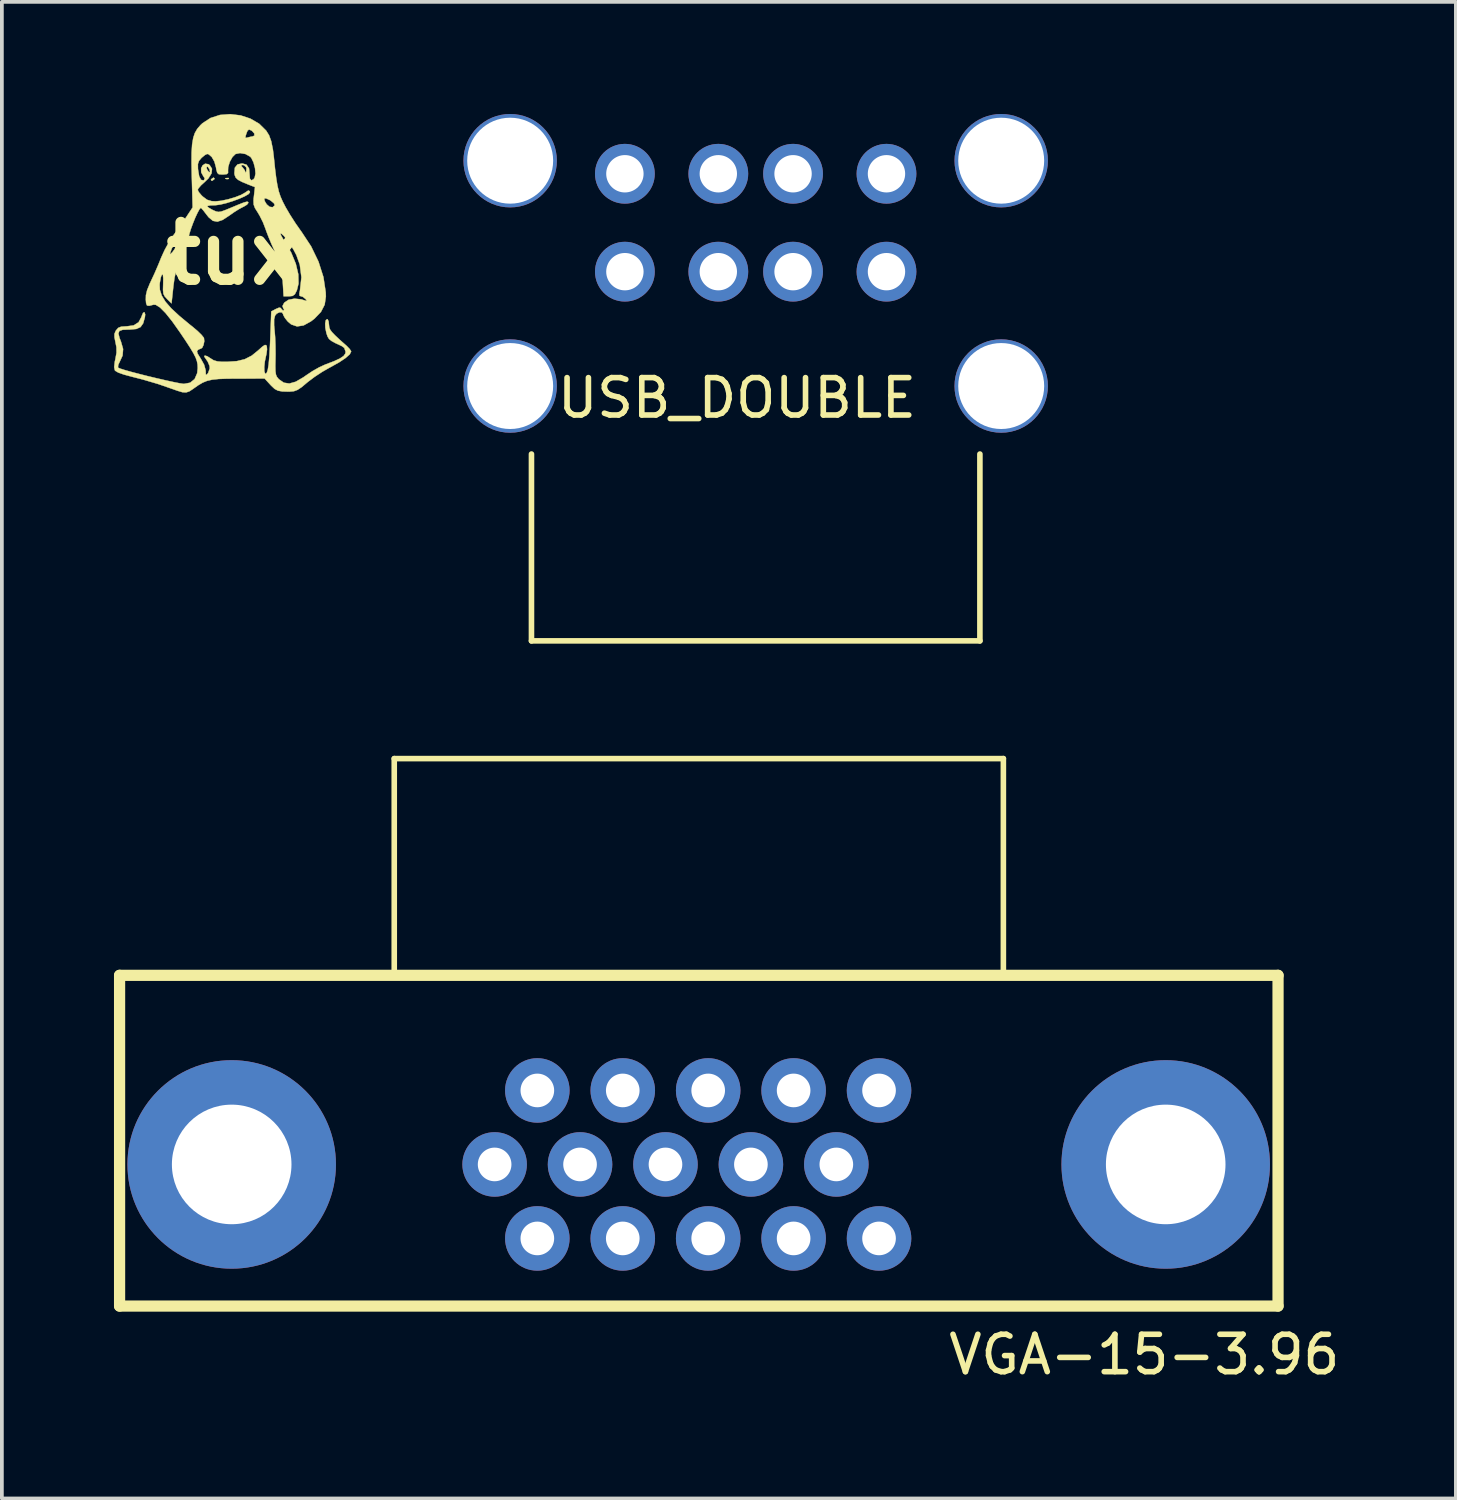
<source format=kicad_pcb>
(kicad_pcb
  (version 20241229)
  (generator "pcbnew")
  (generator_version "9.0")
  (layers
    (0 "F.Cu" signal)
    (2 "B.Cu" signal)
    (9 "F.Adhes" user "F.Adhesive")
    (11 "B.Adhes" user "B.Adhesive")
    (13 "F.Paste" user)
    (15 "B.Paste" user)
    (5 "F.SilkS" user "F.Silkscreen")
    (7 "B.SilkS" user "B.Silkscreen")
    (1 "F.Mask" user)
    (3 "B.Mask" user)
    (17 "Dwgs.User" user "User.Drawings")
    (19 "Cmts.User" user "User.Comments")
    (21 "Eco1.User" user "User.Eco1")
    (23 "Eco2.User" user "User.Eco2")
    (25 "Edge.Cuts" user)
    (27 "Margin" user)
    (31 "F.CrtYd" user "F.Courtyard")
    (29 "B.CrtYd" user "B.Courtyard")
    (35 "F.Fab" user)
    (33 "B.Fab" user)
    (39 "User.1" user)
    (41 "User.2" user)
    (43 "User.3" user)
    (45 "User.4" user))
  (footprint "USB_DOUBLE"
    (layer "F.Cu")
    (at 17.172 1.6)
    (property "Reference" "USB_DOUBLE" (at -0.5 6 0) (layer "F.SilkS") (effects (font (size 1 1) (thickness 0.15))))
    (attr through_hole)
    (fp_line (start -6 7.5) (end -6 12.5) (stroke (width 0.15) (type solid)) (layer "F.SilkS"))
    (fp_line (start -6 12.5) (end 6 12.5) (stroke (width 0.15) (type solid)) (layer "F.SilkS"))
    (fp_line (start 6 12.5) (end 6 7.5) (stroke (width 0.15) (type solid)) (layer "F.SilkS"))
    (pad "1" thru_hole circle (at -3.5 0) (size 1.6 1.6) (drill 1) (layers "*.Cu" "*.Mask"))
    (pad "2" thru_hole circle (at -1 0) (size 1.6 1.6) (drill 1) (layers "*.Cu" "*.Mask"))
    (pad "3" thru_hole circle (at 1 0) (size 1.6 1.6) (drill 1) (layers "*.Cu" "*.Mask"))
    (pad "4" thru_hole circle (at 3.5 0) (size 1.6 1.6) (drill 1) (layers "*.Cu" "*.Mask"))
    (pad "5" thru_hole circle (at -3.5 2.62) (size 1.6 1.6) (drill 1) (layers "*.Cu" "*.Mask"))
    (pad "6" thru_hole circle (at -1 2.62) (size 1.6 1.6) (drill 1) (layers "*.Cu" "*.Mask"))
    (pad "7" thru_hole circle (at 1 2.62) (size 1.6 1.6) (drill 1) (layers "*.Cu" "*.Mask"))
    (pad "8" thru_hole circle (at 3.5 2.62) (size 1.6 1.6) (drill 1) (layers "*.Cu" "*.Mask"))
    (pad "9" thru_hole circle (at -6.57 -0.35) (size 2.5 2.5) (drill 2.3) (layers "*.Cu" "*.Mask"))
    (pad "9" thru_hole circle (at -6.57 5.68) (size 2.5 2.5) (drill 2.3) (layers "*.Cu" "*.Mask"))
    (pad "9" thru_hole circle (at 6.57 -0.35) (size 2.5 2.5) (drill 2.3) (layers "*.Cu" "*.Mask"))
    (pad "9" thru_hole circle (at 6.57 5.68) (size 2.5 2.5) (drill 2.3) (layers "*.Cu" "*.Mask")))
  (footprint "tux"
    (layer "F.Cu")
    (at 3.172 3.736)
    (property "Reference" "tux" (at 0 0 0) (layer "F.SilkS") (effects (font (size 1.524 1.524) (thickness 0.3))))
    (attr through_hole)
    (fp_poly (pts (xy -0.096 -2.015) (xy -0.109 -1.996) (xy -0.152 -1.993) (xy -0.197 -2.003) (xy -0.177 -2.019) (xy -0.111 -2.024) (xy -0.096 -2.015)) (stroke (width 0.01) (type solid)) (fill yes) (layer "F.SilkS"))
    (fp_poly (pts (xy -0.48 -2.006) (xy -0.487 -1.99) (xy -0.543 -1.949) (xy -0.555 -1.947) (xy -0.578 -1.973) (xy -0.572 -1.99) (xy -0.515 -2.03) (xy -0.503 -2.032) (xy -0.48 -2.006)) (stroke (width 0.01) (type solid)) (fill yes) (layer "F.SilkS"))
    (fp_poly (pts (xy 0.216 -3.698) (xy 0.48 -3.611) (xy 0.713 -3.475) (xy 0.899 -3.292) (xy 0.978 -3.166) (xy 1.035 -3.009) (xy 1.081 -2.783) (xy 1.105 -2.589) (xy 1.138 -2.27) (xy 1.169 -2.021) (xy 1.201 -1.824) (xy 1.238 -1.664) (xy 1.284 -1.526) (xy 1.343 -1.392) (xy 1.417 -1.249) (xy 1.421 -1.241) (xy 1.542 -1.035) (xy 1.687 -0.809) (xy 1.827 -0.609) (xy 1.845 -0.585) (xy 2.103 -0.194) (xy 2.301 0.216) (xy 2.433 0.63) (xy 2.494 1.033) (xy 2.498 1.149) (xy 2.466 1.367) (xy 2.366 1.561) (xy 2.192 1.742) (xy 2.098 1.814) (xy 1.902 1.922) (xy 1.727 1.949) (xy 1.57 1.895) (xy 1.477 1.816) (xy 1.401 1.721) (xy 1.358 1.642) (xy 1.355 1.625) (xy 1.326 1.575) (xy 1.258 1.57) (xy 1.183 1.606) (xy 1.139 1.659) (xy 1.113 1.758) (xy 1.113 1.918) (xy 1.125 2.05) (xy 1.14 2.227) (xy 1.149 2.451) (xy 1.152 2.688) (xy 1.15 2.805) (xy 1.146 3.007) (xy 1.149 3.144) (xy 1.161 3.233) (xy 1.185 3.294) (xy 1.224 3.344) (xy 1.245 3.366) (xy 1.374 3.455) (xy 1.521 3.477) (xy 1.692 3.429) (xy 1.897 3.31) (xy 1.966 3.261) (xy 2.137 3.147) (xy 2.32 3.043) (xy 2.479 2.97) (xy 2.49 2.966) (xy 2.719 2.879) (xy 2.876 2.806) (xy 2.973 2.74) (xy 3.019 2.674) (xy 3.027 2.626) (xy 2.99 2.522) (xy 2.921 2.473) (xy 2.753 2.395) (xy 2.646 2.336) (xy 2.582 2.283) (xy 2.544 2.22) (xy 2.514 2.133) (xy 2.511 2.12) (xy 2.484 1.988) (xy 2.48 1.868) (xy 2.496 1.784) (xy 2.531 1.754) (xy 2.545 1.76) (xy 2.571 1.814) (xy 2.582 1.912) (xy 2.588 1.972) (xy 2.61 2.031) (xy 2.659 2.099) (xy 2.744 2.188) (xy 2.874 2.31) (xy 3.059 2.474) (xy 3.135 2.553) (xy 3.174 2.614) (xy 3.175 2.62) (xy 3.137 2.695) (xy 3.027 2.793) (xy 2.854 2.909) (xy 2.625 3.037) (xy 2.603 3.048) (xy 2.404 3.162) (xy 2.197 3.298) (xy 2.02 3.431) (xy 1.99 3.456) (xy 1.847 3.576) (xy 1.739 3.647) (xy 1.642 3.683) (xy 1.531 3.693) (xy 1.503 3.694) (xy 1.332 3.689) (xy 1.216 3.668) (xy 1.127 3.621) (xy 1.037 3.536) (xy 1.016 3.514) (xy 0.86 3.344) (xy 0.144 3.345) (xy -0.147 3.347) (xy -0.369 3.355) (xy -0.541 3.373) (xy -0.678 3.404) (xy -0.798 3.453) (xy -0.917 3.523) (xy -1.052 3.618) (xy -1.054 3.62) (xy -1.154 3.686) (xy -1.24 3.715) (xy -1.339 3.71) (xy -1.477 3.669) (xy -1.566 3.637) (xy -1.99 3.49) (xy -2.394 3.371) (xy -2.706 3.291) (xy -2.91 3.236) (xy -3.059 3.183) (xy -3.14 3.135) (xy -3.147 3.126) (xy -3.167 3.038) (xy -3.15 2.892) (xy -3.135 2.825) (xy -3.104 2.653) (xy -3.106 2.505) (xy -3.132 2.375) (xy -3.159 2.238) (xy -3.159 2.149) (xy -3.129 2.075) (xy -3.115 2.052) (xy -3.058 1.987) (xy -2.98 1.956) (xy -2.851 1.947) (xy -2.835 1.947) (xy -2.644 1.921) (xy -2.513 1.837) (xy -2.436 1.694) (xy -2.431 1.673) (xy -2.392 1.583) (xy -2.355 1.57) (xy -2.337 1.628) (xy -2.345 1.702) (xy -2.391 1.866) (xy -2.461 1.966) (xy -2.574 2.017) (xy -2.748 2.032) (xy -2.774 2.032) (xy -2.938 2.039) (xy -3.028 2.07) (xy -3.053 2.139) (xy -3.023 2.259) (xy -2.985 2.356) (xy -2.928 2.554) (xy -2.942 2.729) (xy -3.009 2.874) (xy -3.058 2.977) (xy -3.064 3.046) (xy -3.059 3.054) (xy -3.004 3.078) (xy -2.882 3.117) (xy -2.708 3.166) (xy -2.497 3.221) (xy -2.265 3.28) (xy -2.026 3.337) (xy -1.797 3.39) (xy -1.592 3.435) (xy -1.427 3.468) (xy -1.317 3.485) (xy -1.298 3.486) (xy -1.133 3.455) (xy -1.013 3.357) (xy -0.945 3.199) (xy -0.931 3.065) (xy -0.935 2.97) (xy -0.952 2.881) (xy -0.986 2.783) (xy -1.046 2.666) (xy -1.136 2.515) (xy -1.264 2.318) (xy -1.405 2.109) (xy -1.615 1.812) (xy -1.794 1.589) (xy -1.94 1.442) (xy -2.053 1.371) (xy -2.112 1.367) (xy -2.229 1.397) (xy -2.288 1.389) (xy -2.312 1.328) (xy -2.32 1.235) (xy -2.317 1.112) (xy -2.285 0.978) (xy -2.218 0.814) (xy -1.951 0.814) (xy -1.944 0.971) (xy -1.893 1.127) (xy -1.794 1.288) (xy -1.64 1.465) (xy -1.425 1.665) (xy -1.145 1.898) (xy -1.065 1.961) (xy -0.934 2.072) (xy -0.829 2.175) (xy -0.769 2.25) (xy -0.764 2.261) (xy -0.756 2.347) (xy -0.776 2.446) (xy -0.812 2.521) (xy -0.843 2.541) (xy -0.896 2.561) (xy -0.926 2.578) (xy -0.951 2.614) (xy -0.934 2.676) (xy -0.868 2.784) (xy -0.852 2.807) (xy -0.76 2.973) (xy -0.719 3.121) (xy -0.718 3.14) (xy -0.715 3.232) (xy -0.698 3.248) (xy -0.657 3.201) (xy -0.653 3.196) (xy -0.609 3.074) (xy -0.615 3.006) (xy -0.663 2.892) (xy -0.709 2.825) (xy -0.757 2.755) (xy -0.742 2.728) (xy -0.677 2.747) (xy -0.592 2.801) (xy -0.505 2.855) (xy -0.409 2.884) (xy -0.275 2.896) (xy -0.154 2.896) (xy 0.115 2.878) (xy 0.329 2.826) (xy 0.514 2.731) (xy 0.685 2.592) (xy 0.795 2.493) (xy 0.862 2.447) (xy 0.898 2.448) (xy 0.917 2.478) (xy 0.924 2.563) (xy 0.908 2.689) (xy 0.896 2.738) (xy 0.864 2.891) (xy 0.849 3.035) (xy 0.852 3.15) (xy 0.872 3.212) (xy 0.884 3.217) (xy 0.916 3.191) (xy 0.944 3.108) (xy 0.967 2.963) (xy 0.986 2.749) (xy 1.002 2.46) (xy 1.011 2.245) (xy 1.037 1.548) (xy 1.159 1.483) (xy 1.249 1.445) (xy 1.292 1.456) (xy 1.3 1.471) (xy 1.346 1.52) (xy 1.363 1.524) (xy 1.382 1.501) (xy 1.359 1.466) (xy 1.337 1.405) (xy 1.377 1.327) (xy 1.391 1.309) (xy 1.5 1.236) (xy 1.657 1.206) (xy 1.835 1.224) (xy 1.905 1.245) (xy 1.976 1.266) (xy 1.979 1.247) (xy 1.952 1.213) (xy 1.878 1.155) (xy 1.832 1.143) (xy 1.793 1.127) (xy 1.789 1.067) (xy 1.805 0.984) (xy 1.844 0.635) (xy 1.8 0.294) (xy 1.709 0.04) (xy 1.634 -0.102) (xy 1.544 -0.247) (xy 1.452 -0.378) (xy 1.369 -0.479) (xy 1.307 -0.533) (xy 1.284 -0.536) (xy 1.295 -0.494) (xy 1.345 -0.406) (xy 1.396 -0.326) (xy 1.572 -0.024) (xy 1.694 0.273) (xy 1.76 0.553) (xy 1.766 0.804) (xy 1.722 0.984) (xy 1.669 1.088) (xy 1.607 1.133) (xy 1.511 1.143) (xy 1.367 1.143) (xy 1.343 0.736) (xy 1.327 0.529) (xy 1.302 0.371) (xy 1.259 0.228) (xy 1.189 0.063) (xy 1.142 -0.036) (xy 1.052 -0.233) (xy 0.967 -0.436) (xy 0.9 -0.611) (xy 0.885 -0.656) (xy 0.817 -0.833) (xy 0.729 -1.01) (xy 0.675 -1.101) (xy 0.601 -1.218) (xy 0.566 -1.312) (xy 0.562 -1.422) (xy 0.566 -1.469) (xy 0.847 -1.469) (xy 0.864 -1.401) (xy 0.914 -1.319) (xy 0.992 -1.252) (xy 1.073 -1.241) (xy 1.128 -1.289) (xy 1.131 -1.297) (xy 1.108 -1.346) (xy 1.031 -1.411) (xy 0.997 -1.433) (xy 0.892 -1.481) (xy 0.847 -1.469) (xy 0.566 -1.469) (xy 0.573 -1.535) (xy 0.601 -1.779) (xy 0.438 -1.842) (xy 0.261 -1.915) (xy 0.149 -1.974) (xy 0.086 -2.033) (xy 0.057 -2.103) (xy 0.05 -2.153) (xy 0.063 -2.299) (xy 0.116 -2.364) (xy 0.228 -2.364) (xy 0.247 -2.33) (xy 0.272 -2.304) (xy 0.327 -2.23) (xy 0.342 -2.188) (xy 0.353 -2.166) (xy 0.367 -2.192) (xy 0.373 -2.279) (xy 0.365 -2.309) (xy 0.307 -2.364) (xy 0.273 -2.371) (xy 0.228 -2.364) (xy 0.116 -2.364) (xy 0.135 -2.386) (xy 0.258 -2.413) (xy 0.375 -2.379) (xy 0.442 -2.279) (xy 0.456 -2.118) (xy 0.456 -2.113) (xy 0.465 -2.005) (xy 0.505 -1.96) (xy 0.561 -1.987) (xy 0.593 -2.033) (xy 0.615 -2.141) (xy 0.602 -2.288) (xy 0.562 -2.439) (xy 0.503 -2.56) (xy 0.473 -2.594) (xy 0.346 -2.665) (xy 0.201 -2.69) (xy 0.08 -2.665) (xy -0.002 -2.584) (xy -0.073 -2.456) (xy -0.116 -2.317) (xy -0.12 -2.229) (xy -0.119 -2.159) (xy -0.153 -2.127) (xy -0.245 -2.117) (xy -0.292 -2.117) (xy -0.368 -2.124) (xy -0.409 -2.162) (xy -0.434 -2.253) (xy -0.443 -2.31) (xy -0.485 -2.462) (xy -0.555 -2.585) (xy -0.638 -2.657) (xy -0.679 -2.667) (xy -0.736 -2.639) (xy -0.818 -2.572) (xy -0.833 -2.558) (xy -0.898 -2.48) (xy -0.926 -2.398) (xy -0.925 -2.276) (xy -0.921 -2.238) (xy -0.892 -2.068) (xy -0.844 -1.974) (xy -0.78 -1.959) (xy -0.763 -1.968) (xy -0.742 -2.012) (xy -0.784 -2.075) (xy -0.838 -2.175) (xy -0.84 -2.277) (xy -0.83 -2.298) (xy -0.697 -2.298) (xy -0.675 -2.24) (xy -0.627 -2.176) (xy -0.602 -2.186) (xy -0.617 -2.259) (xy -0.659 -2.318) (xy -0.683 -2.328) (xy -0.697 -2.298) (xy -0.83 -2.298) (xy -0.801 -2.36) (xy -0.732 -2.405) (xy -0.645 -2.392) (xy -0.612 -2.369) (xy -0.549 -2.27) (xy -0.561 -2.148) (xy -0.645 -2.012) (xy -0.741 -1.919) (xy -0.844 -1.825) (xy -0.913 -1.744) (xy -0.931 -1.705) (xy -0.902 -1.645) (xy -0.829 -1.558) (xy -0.794 -1.525) (xy -0.68 -1.44) (xy -0.561 -1.404) (xy -0.455 -1.398) (xy -0.304 -1.413) (xy -0.12 -1.452) (xy 0.067 -1.507) (xy 0.229 -1.57) (xy 0.337 -1.631) (xy 0.342 -1.635) (xy 0.423 -1.689) (xy 0.462 -1.67) (xy 0.466 -1.638) (xy 0.428 -1.592) (xy 0.326 -1.533) (xy 0.181 -1.469) (xy 0.011 -1.406) (xy -0.165 -1.351) (xy -0.328 -1.312) (xy -0.458 -1.294) (xy -0.476 -1.294) (xy -0.593 -1.29) (xy -0.666 -1.277) (xy -0.677 -1.267) (xy -0.643 -1.232) (xy -0.557 -1.181) (xy -0.522 -1.163) (xy -0.442 -1.128) (xy -0.377 -1.115) (xy -0.303 -1.125) (xy -0.196 -1.163) (xy -0.045 -1.225) (xy 0.153 -1.308) (xy 0.287 -1.361) (xy 0.368 -1.385) (xy 0.409 -1.387) (xy 0.423 -1.368) (xy 0.423 -1.357) (xy 0.388 -1.31) (xy 0.301 -1.257) (xy 0.283 -1.249) (xy 0.175 -1.192) (xy 0.034 -1.103) (xy -0.087 -1.017) (xy -0.264 -0.901) (xy -0.405 -0.854) (xy -0.525 -0.877) (xy -0.637 -0.97) (xy -0.697 -1.045) (xy -0.774 -1.146) (xy -0.83 -1.211) (xy -0.847 -1.225) (xy -0.882 -1.191) (xy -0.934 -1.096) (xy -0.997 -0.962) (xy -1.06 -0.806) (xy -1.117 -0.651) (xy -1.158 -0.516) (xy -1.175 -0.432) (xy -1.204 -0.3) (xy -1.263 -0.124) (xy -1.342 0.064) (xy -1.367 0.116) (xy -1.453 0.305) (xy -1.511 0.468) (xy -1.551 0.642) (xy -1.581 0.86) (xy -1.585 0.899) (xy -1.632 1.333) (xy -1.751 1.215) (xy -1.816 1.143) (xy -1.85 1.073) (xy -1.86 0.974) (xy -1.856 0.824) (xy -1.853 0.666) (xy -1.862 0.573) (xy -1.882 0.552) (xy -1.91 0.609) (xy -1.921 0.646) (xy -1.951 0.814) (xy -2.218 0.814) (xy -2.216 0.809) (xy -2.179 0.729) (xy -2.084 0.525) (xy -1.986 0.298) (xy -1.905 0.098) (xy -1.904 0.097) (xy -1.86 0) (xy -1.675 0) (xy -1.669 0.017) (xy -1.622 -0.025) (xy -1.611 -0.036) (xy -1.55 -0.118) (xy -1.524 -0.174) (xy -1.524 -0.174) (xy -1.545 -0.211) (xy -1.59 -0.193) (xy -1.625 -0.138) (xy -1.661 -0.037) (xy -1.675 0) (xy -1.86 0) (xy -1.815 -0.098) (xy -1.698 -0.312) (xy -1.576 -0.498) (xy -1.576 -0.498) (xy -1.452 -0.669) (xy -1.326 -0.85) (xy -1.221 -1.002) (xy -1.217 -1.009) (xy -1.067 -1.236) (xy -1.09 -2.07) (xy -1.097 -2.422) (xy -1.095 -2.701) (xy -1.081 -2.92) (xy -1.052 -3.091) (xy -1.038 -3.136) (xy 0.346 -3.136) (xy 0.348 -3.096) (xy 0.391 -3.102) (xy 0.406 -3.107) (xy 0.501 -3.13) (xy 0.533 -3.133) (xy 0.586 -3.158) (xy 0.582 -3.216) (xy 0.524 -3.281) (xy 0.507 -3.293) (xy 0.442 -3.321) (xy 0.402 -3.288) (xy 0.38 -3.237) (xy 0.346 -3.136) (xy -1.038 -3.136) (xy -1.008 -3.226) (xy -0.944 -3.337) (xy -0.859 -3.436) (xy -0.805 -3.487) (xy -0.588 -3.629) (xy -0.335 -3.71) (xy -0.061 -3.731) (xy 0.216 -3.698)) (stroke (width 0.01) (type solid)) (fill yes) (layer "F.SilkS")))
  (footprint "VGA-15-3.96"
    (layer "F.Cu")
    (at 3.15 28.11)
    (property "Reference" "VGA-15-3.96" (at 24.42 5.09 0) (layer "F.SilkS") (effects (font (size 1 1) (thickness 0.15))))
    (attr through_hole)
    (fp_line (start -3 -5.06) (end 28 -5.06) (stroke (width 0.3) (type solid)) (layer "F.SilkS"))
    (fp_line (start -3 3.79) (end -3 -5.06) (stroke (width 0.3) (type solid)) (layer "F.SilkS"))
    (fp_line (start -3 3.79) (end 28 3.79) (stroke (width 0.3) (type solid)) (layer "F.SilkS"))
    (fp_line (start 4.35 -10.86) (end 20.65 -10.86) (stroke (width 0.15) (type solid)) (layer "F.SilkS"))
    (fp_line (start 4.35 -5.06) (end 4.35 -10.86) (stroke (width 0.15) (type solid)) (layer "F.SilkS"))
    (fp_line (start 20.65 -10.86) (end 20.65 -5.06) (stroke (width 0.15) (type solid)) (layer "F.SilkS"))
    (fp_line (start 28 -5.06) (end 28 3.79) (stroke (width 0.3) (type solid)) (layer "F.SilkS"))
    (pad "0" thru_hole circle (at 0 0) (size 5.58 5.58) (drill 3.2) (layers "*.Cu" "*.Mask"))
    (pad "0" thru_hole circle (at 24.994 0) (size 5.58 5.58) (drill 3.2) (layers "*.Cu" "*.Mask"))
    (pad "1" thru_hole circle (at 8.179 1.98) (size 1.727 1.727) (drill 0.9) (layers "*.Cu" "*.Mask"))
    (pad "2" thru_hole circle (at 10.465 1.98) (size 1.727 1.727) (drill 0.9) (layers "*.Cu" "*.Mask"))
    (pad "3" thru_hole circle (at 12.751 1.98) (size 1.727 1.727) (drill 0.9) (layers "*.Cu" "*.Mask"))
    (pad "4" thru_hole circle (at 15.037 1.98) (size 1.727 1.727) (drill 0.9) (layers "*.Cu" "*.Mask"))
    (pad "5" thru_hole circle (at 17.323 1.98) (size 1.727 1.727) (drill 0.9) (layers "*.Cu" "*.Mask"))
    (pad "6" thru_hole circle (at 7.036 0) (size 1.727 1.727) (drill 0.9) (layers "*.Cu" "*.Mask"))
    (pad "7" thru_hole circle (at 9.322 0) (size 1.727 1.727) (drill 0.9) (layers "*.Cu" "*.Mask"))
    (pad "8" thru_hole circle (at 11.608 0) (size 1.727 1.727) (drill 0.9) (layers "*.Cu" "*.Mask"))
    (pad "9" thru_hole circle (at 13.894 0) (size 1.727 1.727) (drill 0.9) (layers "*.Cu" "*.Mask"))
    (pad "10" thru_hole circle (at 16.18 0) (size 1.727 1.727) (drill 0.9) (layers "*.Cu" "*.Mask"))
    (pad "11" thru_hole circle (at 8.179 -1.98) (size 1.727 1.727) (drill 0.9) (layers "*.Cu" "*.Mask"))
    (pad "12" thru_hole circle (at 10.465 -1.98) (size 1.727 1.727) (drill 0.9) (layers "*.Cu" "*.Mask"))
    (pad "13" thru_hole circle (at 12.751 -1.98) (size 1.727 1.727) (drill 0.9) (layers "*.Cu" "*.Mask"))
    (pad "14" thru_hole circle (at 15.037 -1.98) (size 1.727 1.727) (drill 0.9) (layers "*.Cu" "*.Mask"))
    (pad "15" thru_hole circle (at 17.323 -1.98) (size 1.727 1.727) (drill 0.9) (layers "*.Cu" "*.Mask")))
  (gr_rect
    (start -3 -3)
    (end 35.909 37.048)
    (stroke (width 0.1) (type default))
    (fill no)
    (layer "Edge.Cuts")))
</source>
